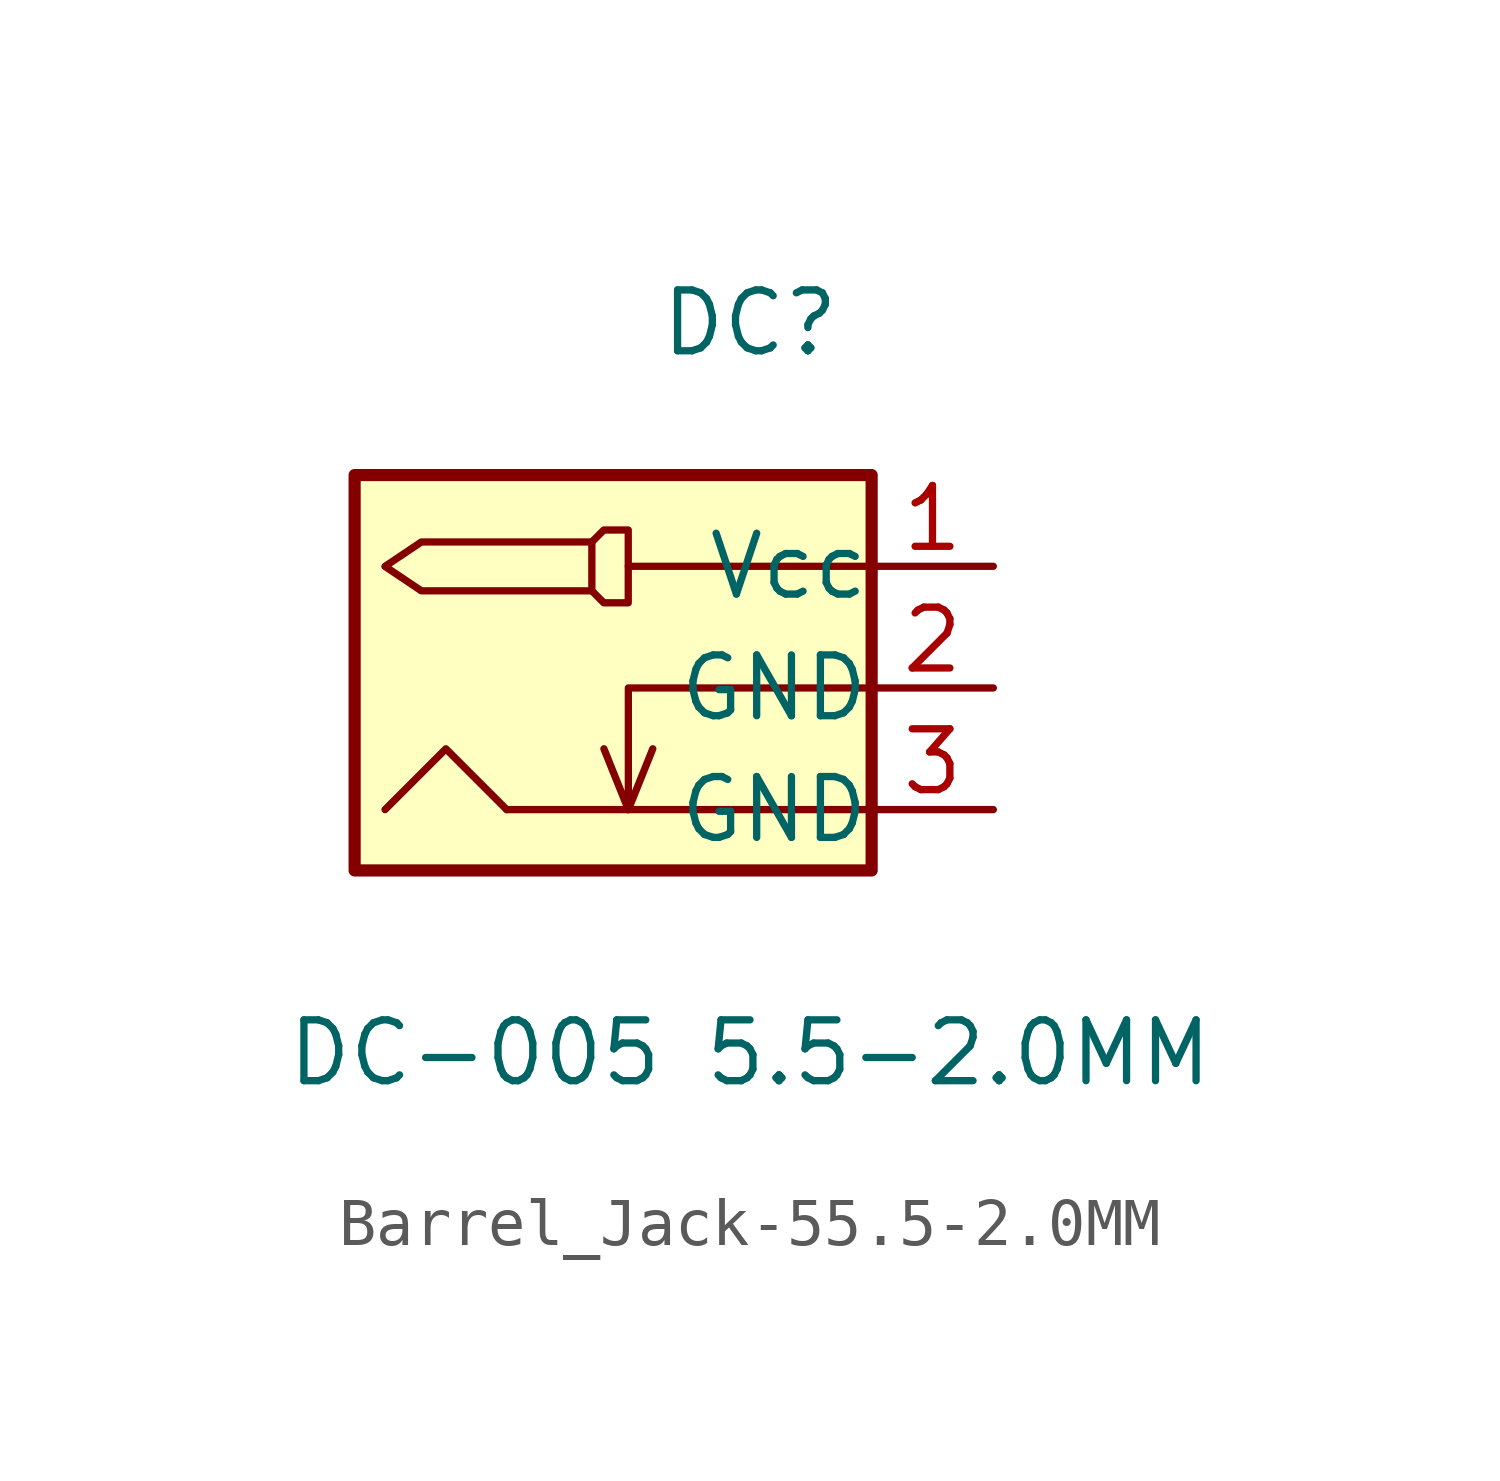
<source format=kicad_sym>
(kicad_symbol_lib
  (version 20241209)
  (generator "kicad_symbol_editor")
  (generator_version "9.0")
  (symbol "Barrel_Jack-55.5-2.0MM"
    (pin_names
      (offset 0.002))
    (property "Reference" "DC"
      (at 0 7.62 0)
      (effects (font (size 1.27 1.27))))
    (property "Value" "DC-005 5.5-2.0MM"
      (at 0 -7.62 0)
      (effects (font (size 1.27 1.27))))
    (symbol "Barrel_Jack-55.5-2.0MM_0_1"
      (rectangle (start -8.255 4.445) (end 2.54 -3.81) (stroke (width 0.254) (type default)) (fill (type background)))
      (polyline (pts (xy -5.08 -2.54) (xy 2.54 -2.54)) (stroke (width 0) (type default)) (fill (type none)))
      (polyline (pts (xy -5.08 -2.54) (xy -6.35 -1.27) (xy -7.62 -2.54) (xy -7.62 -2.54)) (stroke (width 0) (type default)) (fill (type none)))
      (polyline (pts (xy -3.302 3.048) (xy -3.302 2.028) (xy -6.862 2.028) (xy -7.622 2.538) (xy -6.862 3.048) (xy -3.302 3.048)) (stroke (width 0) (type default)) (fill (type background)))
      (polyline (pts (xy -3.302 3.048) (xy -3.052 3.298) (xy -2.542 3.298) (xy -2.542 1.778) (xy -3.052 1.778) (xy -3.302 2.028)) (stroke (width 0) (type default)) (fill (type none)))
      (polyline (pts (xy -2.54 2.54) (xy 2.54 2.54)) (stroke (width 0) (type default)) (fill (type none)))
      (polyline (pts (xy -2.54 -2.54) (xy -2.03 -1.27)) (stroke (width 0) (type default)) (fill (type none)))
      (polyline (pts (xy 2.54 0) (xy -2.54 0) (xy -2.54 -2.54) (xy -3.05 -1.27)) (stroke (width 0) (type default)) (fill (type none))))
    (symbol "Barrel_Jack-55.5-2.0MM_1_1"
      (pin passive line (at 5.08 2.54 180) (length 2.54) (name "Vcc" (effects (font (size 1.27 1.27)))) (number "1" (effects (font (size 1.27 1.27)))))
      (pin passive line (at 5.08 0 180) (length 2.54) (name "GND" (effects (font (size 1.27 1.27)))) (number "2" (effects (font (size 1.27 1.27)))))
      (pin passive line (at 5.08 -2.54 180) (length 2.54) (name "GND" (effects (font (size 1.27 1.27)))) (number "3" (effects (font (size 1.27 1.27))))))))
</source>
